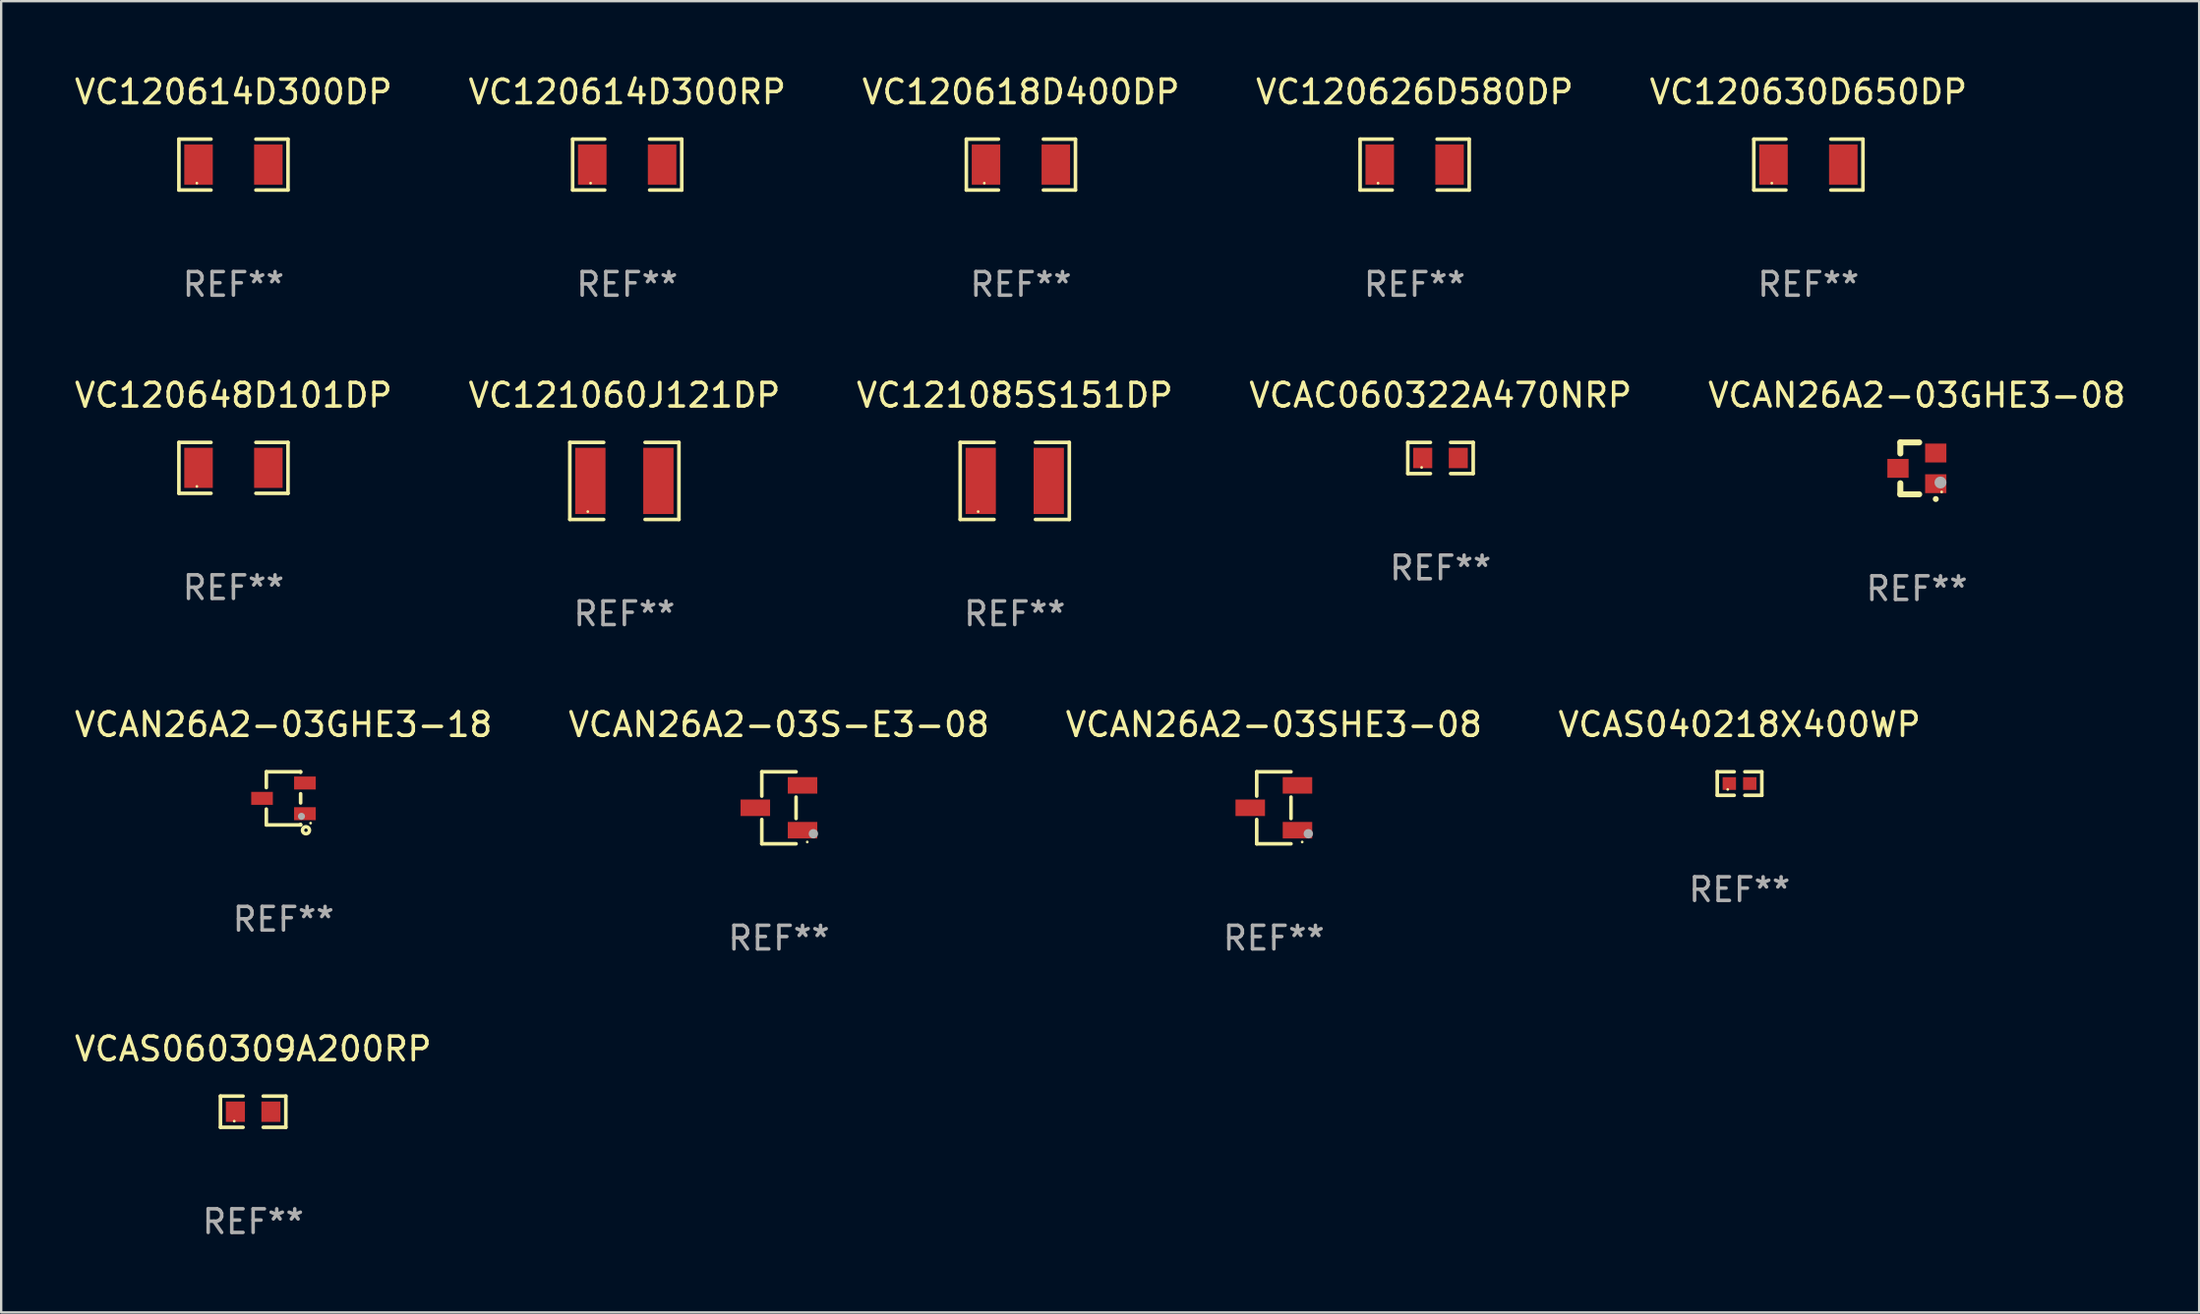
<source format=kicad_pcb>
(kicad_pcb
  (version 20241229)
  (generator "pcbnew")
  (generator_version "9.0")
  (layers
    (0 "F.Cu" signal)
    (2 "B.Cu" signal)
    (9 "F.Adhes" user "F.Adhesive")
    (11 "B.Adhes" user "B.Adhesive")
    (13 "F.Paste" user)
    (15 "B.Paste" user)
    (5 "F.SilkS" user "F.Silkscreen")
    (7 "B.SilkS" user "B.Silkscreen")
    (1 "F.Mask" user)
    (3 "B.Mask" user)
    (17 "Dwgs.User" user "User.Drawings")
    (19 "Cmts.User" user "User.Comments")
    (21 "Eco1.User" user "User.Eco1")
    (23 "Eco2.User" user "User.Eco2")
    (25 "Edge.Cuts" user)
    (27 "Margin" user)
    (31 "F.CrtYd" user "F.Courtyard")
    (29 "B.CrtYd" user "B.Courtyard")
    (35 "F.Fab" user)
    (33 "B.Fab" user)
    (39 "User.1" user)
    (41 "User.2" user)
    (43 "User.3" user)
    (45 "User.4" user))
  (footprint "VCAC060322A470NRP"
    (layer "F.Cu")
    (at 57.97 16.364)
    (property "Reference" "VCAC060322A470NRP" (at 0 -2.661 0) (layer "F.SilkS") (effects (font (size 1 1) (thickness 0.15))))
    (attr through_hole)
    (fp_line (start -1.385 -0.661) (end -0.426 -0.661) (stroke (width 0.152) (type solid)) (layer "F.SilkS"))
    (fp_line (start -1.385 0.661) (end -1.385 -0.661) (stroke (width 0.152) (type solid)) (layer "F.SilkS"))
    (fp_line (start -0.426 0.661) (end -1.385 0.661) (stroke (width 0.152) (type solid)) (layer "F.SilkS"))
    (fp_line (start 0.426 0.661) (end 1.385 0.661) (stroke (width 0.152) (type solid)) (layer "F.SilkS"))
    (fp_line (start 1.385 -0.661) (end 0.426 -0.661) (stroke (width 0.152) (type solid)) (layer "F.SilkS"))
    (fp_line (start 1.385 0.661) (end 1.385 -0.661) (stroke (width 0.152) (type solid)) (layer "F.SilkS"))
    (fp_circle (center -0.8 0.4) (end -0.77 0.4) (stroke (width 0.06) (type solid)) (fill no) (layer "F.SilkS"))
    (fp_text user "REF**" (at 0 4.661 0) (layer "F.Fab") (effects (font (size 1 1) (thickness 0.15))))
    (pad "1" smd rect (at -0.753 0) (size 0.806 0.864) (layers "F.Cu" "F.Mask" "F.Paste"))
    (pad "2" smd rect (at 0.753 0) (size 0.806 0.864) (layers "F.Cu" "F.Mask" "F.Paste")))
  (footprint "VC120630D650DP"
    (layer "F.Cu")
    (at 73.554 3.927)
    (property "Reference" "VC120630D650DP" (at 0 -3.079 0) (layer "F.SilkS") (effects (font (size 1 1) (thickness 0.15))))
    (attr through_hole)
    (fp_line (start -2.311 -1.079) (end -0.951 -1.079) (stroke (width 0.152) (type solid)) (layer "F.SilkS"))
    (fp_line (start -2.311 1.079) (end -2.311 -1.079) (stroke (width 0.152) (type solid)) (layer "F.SilkS"))
    (fp_line (start -0.951 1.079) (end -2.311 1.079) (stroke (width 0.152) (type solid)) (layer "F.SilkS"))
    (fp_line (start 0.951 1.079) (end 2.311 1.079) (stroke (width 0.152) (type solid)) (layer "F.SilkS"))
    (fp_line (start 2.311 -1.079) (end 0.951 -1.079) (stroke (width 0.152) (type solid)) (layer "F.SilkS"))
    (fp_line (start 2.311 1.079) (end 2.311 -1.079) (stroke (width 0.152) (type solid)) (layer "F.SilkS"))
    (fp_circle (center -1.55 0.787) (end -1.52 0.787) (stroke (width 0.06) (type solid)) (fill no) (layer "F.SilkS"))
    (fp_text user "REF**" (at 0 5.079 0) (layer "F.Fab") (effects (font (size 1 1) (thickness 0.15))))
    (pad "1" smd rect (at -1.479 0) (size 1.208 1.701) (layers "F.Cu" "F.Mask" "F.Paste"))
    (pad "2" smd rect (at 1.479 0) (size 1.208 1.701) (layers "F.Cu" "F.Mask" "F.Paste")))
  (footprint "VCAN26A2-03GHE3-18"
    (layer "F.Cu")
    (at 8.958 30.791)
    (property "Reference" "VCAN26A2-03GHE3-18" (at 0 -3.126 0) (layer "F.SilkS") (effects (font (size 1 1) (thickness 0.15))))
    (attr through_hole)
    (fp_line (start -0.726 -0.455) (end -0.726 -1.126) (stroke (width 0.152) (type solid)) (layer "F.SilkS"))
    (fp_line (start -0.726 1.126) (end -0.726 0.455) (stroke (width 0.152) (type solid)) (layer "F.SilkS"))
    (fp_line (start 0.726 -1.126) (end -0.726 -1.126) (stroke (width 0.152) (type solid)) (layer "F.SilkS"))
    (fp_line (start 0.726 -1.126) (end 0.726 -1.105) (stroke (width 0.152) (type solid)) (layer "F.SilkS"))
    (fp_line (start 0.726 -0.195) (end 0.726 0.195) (stroke (width 0.152) (type solid)) (layer "F.SilkS"))
    (fp_line (start 0.726 1.105) (end 0.726 1.126) (stroke (width 0.152) (type solid)) (layer "F.SilkS"))
    (fp_line (start 0.726 1.126) (end -0.726 1.126) (stroke (width 0.152) (type solid)) (layer "F.SilkS"))
    (fp_circle (center 0.953 1.352) (end 1.027 1.352) (stroke (width 0.15) (type solid)) (fill no) (layer "F.SilkS"))
    (fp_circle (center 1.15 1.05) (end 1.18 1.05) (stroke (width 0.06) (type solid)) (fill no) (layer "F.SilkS"))
    (fp_circle (center 0.762 0.762) (end 0.837 0.762) (stroke (width 0.15) (type solid)) (fill no) (layer "F.Fab"))
    (fp_text user "REF**" (at 0 5.126 0) (layer "F.Fab") (effects (font (size 1 1) (thickness 0.15))))
    (pad "1" smd rect (at 0.908 0.65 90) (size 0.55 0.916) (layers "F.Cu" "F.Mask" "F.Paste"))
    (pad "2" smd rect (at 0.908 -0.65 90) (size 0.55 0.916) (layers "F.Cu" "F.Mask" "F.Paste"))
    (pad "3" smd rect (at -0.908 0.000064 90) (size 0.55 0.916) (layers "F.Cu" "F.Mask" "F.Paste")))
  (footprint "VC121060J121DP"
    (layer "F.Cu")
    (at 23.399 17.336)
    (property "Reference" "VC121060J121DP" (at 0 -3.633 0) (layer "F.SilkS") (effects (font (size 1 1) (thickness 0.15))))
    (attr through_hole)
    (fp_line (start -2.311 -1.633) (end -0.876 -1.633) (stroke (width 0.152) (type solid)) (layer "F.SilkS"))
    (fp_line (start -2.311 1.633) (end -2.311 -1.633) (stroke (width 0.152) (type solid)) (layer "F.SilkS"))
    (fp_line (start -0.876 1.633) (end -2.311 1.633) (stroke (width 0.152) (type solid)) (layer "F.SilkS"))
    (fp_line (start 0.876 1.633) (end 2.311 1.633) (stroke (width 0.152) (type solid)) (layer "F.SilkS"))
    (fp_line (start 2.311 -1.633) (end 0.876 -1.633) (stroke (width 0.152) (type solid)) (layer "F.SilkS"))
    (fp_line (start 2.311 1.633) (end 2.311 -1.633) (stroke (width 0.152) (type solid)) (layer "F.SilkS"))
    (fp_circle (center -1.55 1.3) (end -1.52 1.3) (stroke (width 0.06) (type solid)) (fill no) (layer "F.SilkS"))
    (fp_text user "REF**" (at 0 5.633 0) (layer "F.Fab") (effects (font (size 1 1) (thickness 0.15))))
    (pad "1" smd rect (at -1.441 0) (size 1.283 2.808) (layers "F.Cu" "F.Mask" "F.Paste"))
    (pad "2" smd rect (at 1.441 0) (size 1.283 2.808) (layers "F.Cu" "F.Mask" "F.Paste")))
  (footprint "VCAN26A2-03S-E3-08"
    (layer "F.Cu")
    (at 29.946 31.191)
    (property "Reference" "VCAN26A2-03S-E3-08" (at 0 -3.526 0) (layer "F.SilkS") (effects (font (size 1 1) (thickness 0.15))))
    (attr through_hole)
    (fp_line (start -0.726 -1.526) (end -0.726 -0.495) (stroke (width 0.152) (type solid)) (layer "F.SilkS"))
    (fp_line (start -0.726 1.526) (end -0.726 0.495) (stroke (width 0.152) (type solid)) (layer "F.SilkS"))
    (fp_line (start 0.726 -1.526) (end -0.726 -1.526) (stroke (width 0.152) (type solid)) (layer "F.SilkS"))
    (fp_line (start 0.726 -0.455) (end 0.726 0.455) (stroke (width 0.152) (type solid)) (layer "F.SilkS"))
    (fp_line (start 0.726 1.526) (end -0.726 1.526) (stroke (width 0.152) (type solid)) (layer "F.SilkS"))
    (fp_circle (center 1.2 1.45) (end 1.23 1.45) (stroke (width 0.06) (type solid)) (fill no) (layer "F.SilkS"))
    (fp_circle (center 1.46 1.1) (end 1.56 1.1) (stroke (width 0.2) (type solid)) (fill no) (layer "F.Fab"))
    (fp_text user "REF**" (at 0 5.526 0) (layer "F.Fab") (effects (font (size 1 1) (thickness 0.15))))
    (pad "1" smd rect (at 1 0.95) (size 1.25 0.7) (layers "F.Cu" "F.Mask" "F.Paste"))
    (pad "2" smd rect (at 1 -0.95) (size 1.25 0.7) (layers "F.Cu" "F.Mask" "F.Paste"))
    (pad "3" smd rect (at -1 0) (size 1.25 0.7) (layers "F.Cu" "F.Mask" "F.Paste")))
  (footprint "VC121085S151DP"
    (layer "F.Cu")
    (at 39.935 17.336)
    (property "Reference" "VC121085S151DP" (at 0 -3.633 0) (layer "F.SilkS") (effects (font (size 1 1) (thickness 0.15))))
    (attr through_hole)
    (fp_line (start -2.311 -1.633) (end -0.876 -1.633) (stroke (width 0.152) (type solid)) (layer "F.SilkS"))
    (fp_line (start -2.311 1.633) (end -2.311 -1.633) (stroke (width 0.152) (type solid)) (layer "F.SilkS"))
    (fp_line (start -0.876 1.633) (end -2.311 1.633) (stroke (width 0.152) (type solid)) (layer "F.SilkS"))
    (fp_line (start 0.876 1.633) (end 2.311 1.633) (stroke (width 0.152) (type solid)) (layer "F.SilkS"))
    (fp_line (start 2.311 -1.633) (end 0.876 -1.633) (stroke (width 0.152) (type solid)) (layer "F.SilkS"))
    (fp_line (start 2.311 1.633) (end 2.311 -1.633) (stroke (width 0.152) (type solid)) (layer "F.SilkS"))
    (fp_circle (center -1.55 1.3) (end -1.52 1.3) (stroke (width 0.06) (type solid)) (fill no) (layer "F.SilkS"))
    (fp_text user "REF**" (at 0 5.633 0) (layer "F.Fab") (effects (font (size 1 1) (thickness 0.15))))
    (pad "1" smd rect (at -1.441 0) (size 1.283 2.808) (layers "F.Cu" "F.Mask" "F.Paste"))
    (pad "2" smd rect (at 1.441 0) (size 1.283 2.808) (layers "F.Cu" "F.Mask" "F.Paste")))
  (footprint "VC120648D101DP"
    (layer "F.Cu")
    (at 6.839 16.782)
    (property "Reference" "VC120648D101DP" (at 0 -3.079 0) (layer "F.SilkS") (effects (font (size 1 1) (thickness 0.15))))
    (attr through_hole)
    (fp_line (start -2.311 -1.079) (end -0.951 -1.079) (stroke (width 0.152) (type solid)) (layer "F.SilkS"))
    (fp_line (start -2.311 1.079) (end -2.311 -1.079) (stroke (width 0.152) (type solid)) (layer "F.SilkS"))
    (fp_line (start -0.951 1.079) (end -2.311 1.079) (stroke (width 0.152) (type solid)) (layer "F.SilkS"))
    (fp_line (start 0.951 1.079) (end 2.311 1.079) (stroke (width 0.152) (type solid)) (layer "F.SilkS"))
    (fp_line (start 2.311 -1.079) (end 0.951 -1.079) (stroke (width 0.152) (type solid)) (layer "F.SilkS"))
    (fp_line (start 2.311 1.079) (end 2.311 -1.079) (stroke (width 0.152) (type solid)) (layer "F.SilkS"))
    (fp_circle (center -1.55 0.787) (end -1.52 0.787) (stroke (width 0.06) (type solid)) (fill no) (layer "F.SilkS"))
    (fp_text user "REF**" (at 0 5.079 0) (layer "F.Fab") (effects (font (size 1 1) (thickness 0.15))))
    (pad "1" smd rect (at -1.479 0) (size 1.208 1.701) (layers "F.Cu" "F.Mask" "F.Paste"))
    (pad "2" smd rect (at 1.479 0) (size 1.208 1.701) (layers "F.Cu" "F.Mask" "F.Paste")))
  (footprint "VC120614D300DP"
    (layer "F.Cu")
    (at 6.839 3.927)
    (property "Reference" "VC120614D300DP" (at 0 -3.079 0) (layer "F.SilkS") (effects (font (size 1 1) (thickness 0.15))))
    (attr through_hole)
    (fp_line (start -2.311 -1.079) (end -0.951 -1.079) (stroke (width 0.152) (type solid)) (layer "F.SilkS"))
    (fp_line (start -2.311 1.079) (end -2.311 -1.079) (stroke (width 0.152) (type solid)) (layer "F.SilkS"))
    (fp_line (start -0.951 1.079) (end -2.311 1.079) (stroke (width 0.152) (type solid)) (layer "F.SilkS"))
    (fp_line (start 0.951 1.079) (end 2.311 1.079) (stroke (width 0.152) (type solid)) (layer "F.SilkS"))
    (fp_line (start 2.311 -1.079) (end 0.951 -1.079) (stroke (width 0.152) (type solid)) (layer "F.SilkS"))
    (fp_line (start 2.311 1.079) (end 2.311 -1.079) (stroke (width 0.152) (type solid)) (layer "F.SilkS"))
    (fp_circle (center -1.55 0.787) (end -1.52 0.787) (stroke (width 0.06) (type solid)) (fill no) (layer "F.SilkS"))
    (fp_text user "REF**" (at 0 5.079 0) (layer "F.Fab") (effects (font (size 1 1) (thickness 0.15))))
    (pad "1" smd rect (at -1.479 0) (size 1.208 1.701) (layers "F.Cu" "F.Mask" "F.Paste"))
    (pad "2" smd rect (at 1.479 0) (size 1.208 1.701) (layers "F.Cu" "F.Mask" "F.Paste")))
  (footprint "VC120614D300RP"
    (layer "F.Cu")
    (at 23.518 3.927)
    (property "Reference" "VC120614D300RP" (at 0 -3.079 0) (layer "F.SilkS") (effects (font (size 1 1) (thickness 0.15))))
    (attr through_hole)
    (fp_line (start -2.311 -1.079) (end -0.951 -1.079) (stroke (width 0.152) (type solid)) (layer "F.SilkS"))
    (fp_line (start -2.311 1.079) (end -2.311 -1.079) (stroke (width 0.152) (type solid)) (layer "F.SilkS"))
    (fp_line (start -0.951 1.079) (end -2.311 1.079) (stroke (width 0.152) (type solid)) (layer "F.SilkS"))
    (fp_line (start 0.951 1.079) (end 2.311 1.079) (stroke (width 0.152) (type solid)) (layer "F.SilkS"))
    (fp_line (start 2.311 -1.079) (end 0.951 -1.079) (stroke (width 0.152) (type solid)) (layer "F.SilkS"))
    (fp_line (start 2.311 1.079) (end 2.311 -1.079) (stroke (width 0.152) (type solid)) (layer "F.SilkS"))
    (fp_circle (center -1.55 0.787) (end -1.52 0.787) (stroke (width 0.06) (type solid)) (fill no) (layer "F.SilkS"))
    (fp_text user "REF**" (at 0 5.079 0) (layer "F.Fab") (effects (font (size 1 1) (thickness 0.15))))
    (pad "1" smd rect (at -1.479 0) (size 1.208 1.701) (layers "F.Cu" "F.Mask" "F.Paste"))
    (pad "2" smd rect (at 1.479 0) (size 1.208 1.701) (layers "F.Cu" "F.Mask" "F.Paste")))
  (footprint "VC120618D400DP"
    (layer "F.Cu")
    (at 40.196 3.927)
    (property "Reference" "VC120618D400DP" (at 0 -3.079 0) (layer "F.SilkS") (effects (font (size 1 1) (thickness 0.15))))
    (attr through_hole)
    (fp_line (start -2.311 -1.079) (end -0.951 -1.079) (stroke (width 0.152) (type solid)) (layer "F.SilkS"))
    (fp_line (start -2.311 1.079) (end -2.311 -1.079) (stroke (width 0.152) (type solid)) (layer "F.SilkS"))
    (fp_line (start -0.951 1.079) (end -2.311 1.079) (stroke (width 0.152) (type solid)) (layer "F.SilkS"))
    (fp_line (start 0.951 1.079) (end 2.311 1.079) (stroke (width 0.152) (type solid)) (layer "F.SilkS"))
    (fp_line (start 2.311 -1.079) (end 0.951 -1.079) (stroke (width 0.152) (type solid)) (layer "F.SilkS"))
    (fp_line (start 2.311 1.079) (end 2.311 -1.079) (stroke (width 0.152) (type solid)) (layer "F.SilkS"))
    (fp_circle (center -1.55 0.787) (end -1.52 0.787) (stroke (width 0.06) (type solid)) (fill no) (layer "F.SilkS"))
    (fp_text user "REF**" (at 0 5.079 0) (layer "F.Fab") (effects (font (size 1 1) (thickness 0.15))))
    (pad "1" smd rect (at -1.479 0) (size 1.208 1.701) (layers "F.Cu" "F.Mask" "F.Paste"))
    (pad "2" smd rect (at 1.479 0) (size 1.208 1.701) (layers "F.Cu" "F.Mask" "F.Paste")))
  (footprint "VCAS060309A200RP"
    (layer "F.Cu")
    (at 7.673 44.074)
    (property "Reference" "VCAS060309A200RP" (at 0 -2.661 0) (layer "F.SilkS") (effects (font (size 1 1) (thickness 0.15))))
    (attr through_hole)
    (fp_line (start -1.385 -0.661) (end -0.426 -0.661) (stroke (width 0.152) (type solid)) (layer "F.SilkS"))
    (fp_line (start -1.385 0.661) (end -1.385 -0.661) (stroke (width 0.152) (type solid)) (layer "F.SilkS"))
    (fp_line (start -0.426 0.661) (end -1.385 0.661) (stroke (width 0.152) (type solid)) (layer "F.SilkS"))
    (fp_line (start 0.426 0.661) (end 1.385 0.661) (stroke (width 0.152) (type solid)) (layer "F.SilkS"))
    (fp_line (start 1.385 -0.661) (end 0.426 -0.661) (stroke (width 0.152) (type solid)) (layer "F.SilkS"))
    (fp_line (start 1.385 0.661) (end 1.385 -0.661) (stroke (width 0.152) (type solid)) (layer "F.SilkS"))
    (fp_circle (center -0.8 0.4) (end -0.77 0.4) (stroke (width 0.06) (type solid)) (fill no) (layer "F.SilkS"))
    (fp_text user "REF**" (at 0 4.661 0) (layer "F.Fab") (effects (font (size 1 1) (thickness 0.15))))
    (pad "1" smd rect (at -0.753 0) (size 0.806 0.864) (layers "F.Cu" "F.Mask" "F.Paste"))
    (pad "2" smd rect (at 0.753 0) (size 0.806 0.864) (layers "F.Cu" "F.Mask" "F.Paste")))
  (footprint "VCAN26A2-03GHE3-08"
    (layer "F.Cu")
    (at 78.149 16.803)
    (property "Reference" "VCAN26A2-03GHE3-08" (at 0 -3.1 0) (layer "F.SilkS") (effects (font (size 1 1) (thickness 0.15))))
    (attr through_hole)
    (fp_line (start -0.7 -1.1) (end 0.1 -1.1) (stroke (width 0.254) (type solid)) (layer "F.SilkS"))
    (fp_line (start -0.7 -0.631) (end -0.7 -1.1) (stroke (width 0.254) (type solid)) (layer "F.SilkS"))
    (fp_line (start -0.7 1.1) (end -0.7 0.631) (stroke (width 0.254) (type solid)) (layer "F.SilkS"))
    (fp_line (start -0.7 1.1) (end 0.1 1.1) (stroke (width 0.254) (type solid)) (layer "F.SilkS"))
    (fp_arc (start 0.8 1.3) (mid 0.80127 1.299994) (end 0.80254 1.3) (stroke (width 0.24892) (type solid)) (layer "F.SilkS"))
    (fp_circle (center 1.05 1) (end 1.08 1) (stroke (width 0.06) (type solid)) (fill no) (layer "F.SilkS"))
    (fp_circle (center 1 0.6) (end 1.127 0.6) (stroke (width 0.254) (type solid)) (fill no) (layer "F.Fab"))
    (fp_text user "REF**" (at 0 5.1 0) (layer "F.Fab") (effects (font (size 1 1) (thickness 0.15))))
    (pad "1" smd rect (at 0.8 0.65 90) (size 0.8 0.9) (layers "F.Cu" "F.Mask" "F.Paste"))
    (pad "2" smd rect (at 0.8 -0.65 90) (size 0.8 0.9) (layers "F.Cu" "F.Mask" "F.Paste"))
    (pad "3" smd rect (at -0.8 0 90) (size 0.8 0.9) (layers "F.Cu" "F.Mask" "F.Paste")))
  (footprint "VCAS040218X400WP"
    (layer "F.Cu")
    (at 70.637 30.163)
    (property "Reference" "VCAS040218X400WP" (at 0 -2.499 0) (layer "F.SilkS") (effects (font (size 1 1) (thickness 0.15))))
    (attr through_hole)
    (fp_line (start -0.944 -0.499) (end -0.226 -0.499) (stroke (width 0.152) (type solid)) (layer "F.SilkS"))
    (fp_line (start -0.944 0.499) (end -0.944 -0.499) (stroke (width 0.152) (type solid)) (layer "F.SilkS"))
    (fp_line (start -0.226 0.499) (end -0.944 0.499) (stroke (width 0.152) (type solid)) (layer "F.SilkS"))
    (fp_line (start 0.226 0.499) (end 0.944 0.499) (stroke (width 0.152) (type solid)) (layer "F.SilkS"))
    (fp_line (start 0.944 -0.499) (end 0.226 -0.499) (stroke (width 0.152) (type solid)) (layer "F.SilkS"))
    (fp_line (start 0.944 0.499) (end 0.944 -0.499) (stroke (width 0.152) (type solid)) (layer "F.SilkS"))
    (fp_circle (center -0.5 0.25) (end -0.47 0.25) (stroke (width 0.06) (type solid)) (fill no) (layer "F.SilkS"))
    (fp_text user "REF**" (at 0 4.499 0) (layer "F.Fab") (effects (font (size 1 1) (thickness 0.15))))
    (pad "1" smd rect (at -0.433 0) (size 0.566 0.54) (layers "F.Cu" "F.Mask" "F.Paste"))
    (pad "2" smd rect (at 0.433 0) (size 0.566 0.54) (layers "F.Cu" "F.Mask" "F.Paste")))
  (footprint "VC120626D580DP"
    (layer "F.Cu")
    (at 56.875 3.927)
    (property "Reference" "VC120626D580DP" (at 0 -3.079 0) (layer "F.SilkS") (effects (font (size 1 1) (thickness 0.15))))
    (attr through_hole)
    (fp_line (start -2.311 -1.079) (end -0.951 -1.079) (stroke (width 0.152) (type solid)) (layer "F.SilkS"))
    (fp_line (start -2.311 1.079) (end -2.311 -1.079) (stroke (width 0.152) (type solid)) (layer "F.SilkS"))
    (fp_line (start -0.951 1.079) (end -2.311 1.079) (stroke (width 0.152) (type solid)) (layer "F.SilkS"))
    (fp_line (start 0.951 1.079) (end 2.311 1.079) (stroke (width 0.152) (type solid)) (layer "F.SilkS"))
    (fp_line (start 2.311 -1.079) (end 0.951 -1.079) (stroke (width 0.152) (type solid)) (layer "F.SilkS"))
    (fp_line (start 2.311 1.079) (end 2.311 -1.079) (stroke (width 0.152) (type solid)) (layer "F.SilkS"))
    (fp_circle (center -1.55 0.787) (end -1.52 0.787) (stroke (width 0.06) (type solid)) (fill no) (layer "F.SilkS"))
    (fp_text user "REF**" (at 0 5.079 0) (layer "F.Fab") (effects (font (size 1 1) (thickness 0.15))))
    (pad "1" smd rect (at -1.479 0) (size 1.208 1.701) (layers "F.Cu" "F.Mask" "F.Paste"))
    (pad "2" smd rect (at 1.479 0) (size 1.208 1.701) (layers "F.Cu" "F.Mask" "F.Paste")))
  (footprint "VCAN26A2-03SHE3-08"
    (layer "F.Cu")
    (at 50.911 31.191)
    (property "Reference" "VCAN26A2-03SHE3-08" (at 0 -3.526 0) (layer "F.SilkS") (effects (font (size 1 1) (thickness 0.15))))
    (attr through_hole)
    (fp_line (start -0.726 -1.526) (end -0.726 -0.495) (stroke (width 0.152) (type solid)) (layer "F.SilkS"))
    (fp_line (start -0.726 1.526) (end -0.726 0.495) (stroke (width 0.152) (type solid)) (layer "F.SilkS"))
    (fp_line (start 0.726 -1.526) (end -0.726 -1.526) (stroke (width 0.152) (type solid)) (layer "F.SilkS"))
    (fp_line (start 0.726 -0.455) (end 0.726 0.455) (stroke (width 0.152) (type solid)) (layer "F.SilkS"))
    (fp_line (start 0.726 1.526) (end -0.726 1.526) (stroke (width 0.152) (type solid)) (layer "F.SilkS"))
    (fp_circle (center 1.2 1.45) (end 1.23 1.45) (stroke (width 0.06) (type solid)) (fill no) (layer "F.SilkS"))
    (fp_circle (center 1.46 1.1) (end 1.56 1.1) (stroke (width 0.2) (type solid)) (fill no) (layer "F.Fab"))
    (fp_text user "REF**" (at 0 5.526 0) (layer "F.Fab") (effects (font (size 1 1) (thickness 0.15))))
    (pad "1" smd rect (at 1 0.95) (size 1.25 0.7) (layers "F.Cu" "F.Mask" "F.Paste"))
    (pad "2" smd rect (at 1 -0.95) (size 1.25 0.7) (layers "F.Cu" "F.Mask" "F.Paste"))
    (pad "3" smd rect (at -1 0) (size 1.25 0.7) (layers "F.Cu" "F.Mask" "F.Paste")))
  (gr_rect
    (start -3 -3)
    (end 90.107 52.583)
    (stroke (width 0.1) (type default))
    (fill no)
    (layer "Edge.Cuts")))
</source>
